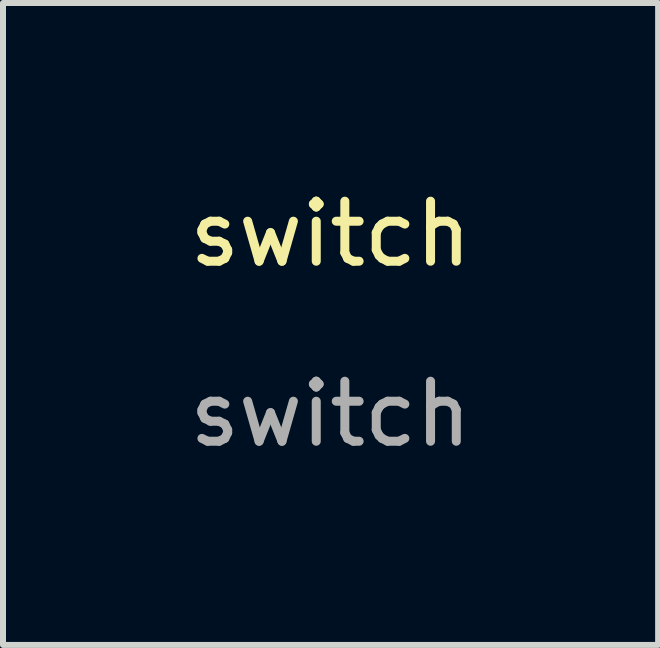
<source format=kicad_pcb>
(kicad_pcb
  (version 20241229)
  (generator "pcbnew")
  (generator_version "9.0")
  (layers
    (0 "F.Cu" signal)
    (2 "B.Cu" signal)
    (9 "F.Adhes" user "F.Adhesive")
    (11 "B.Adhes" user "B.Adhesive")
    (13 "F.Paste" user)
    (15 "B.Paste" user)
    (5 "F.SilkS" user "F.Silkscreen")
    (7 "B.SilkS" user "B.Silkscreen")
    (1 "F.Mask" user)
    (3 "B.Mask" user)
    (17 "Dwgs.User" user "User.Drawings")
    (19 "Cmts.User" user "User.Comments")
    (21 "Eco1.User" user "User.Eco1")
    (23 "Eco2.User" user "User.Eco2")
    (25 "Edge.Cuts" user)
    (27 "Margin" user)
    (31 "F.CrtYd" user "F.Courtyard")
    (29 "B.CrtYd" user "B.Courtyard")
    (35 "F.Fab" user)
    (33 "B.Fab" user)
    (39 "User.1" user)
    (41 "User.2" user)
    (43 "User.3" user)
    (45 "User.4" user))
  (footprint "switch"
    (layer "F.Cu")
    (at 2.458 1.348)
    (property "Reference" "switch" (at 0 -0.5 0) (unlocked yes) (layer "F.SilkS") (effects (font (size 1 1) (thickness 0.15))))
    (attr smd)
    (fp_text user "${REFERENCE}" (at 0 2.5 0) (unlocked yes) (layer "F.Fab") (effects (font (size 1 1) (thickness 0.15)))))
  (gr_rect
    (start -3 -3)
    (end 7.917 7.697)
    (stroke (width 0.1) (type default))
    (fill no)
    (layer "Edge.Cuts")))
</source>
